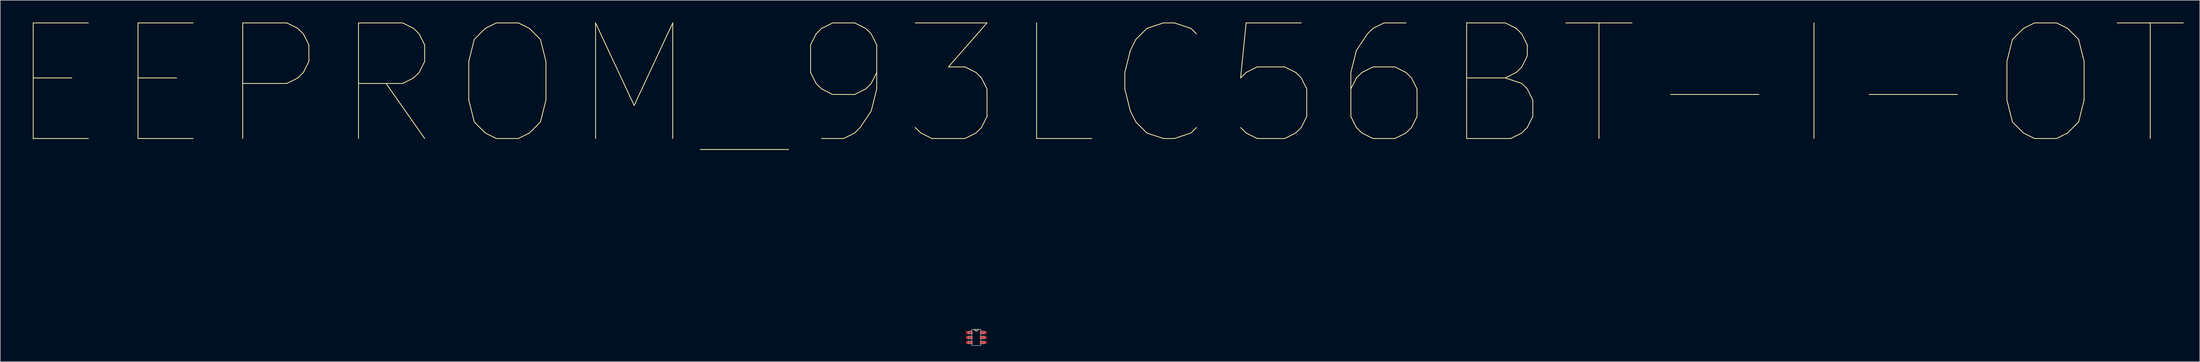
<source format=kicad_pcb>
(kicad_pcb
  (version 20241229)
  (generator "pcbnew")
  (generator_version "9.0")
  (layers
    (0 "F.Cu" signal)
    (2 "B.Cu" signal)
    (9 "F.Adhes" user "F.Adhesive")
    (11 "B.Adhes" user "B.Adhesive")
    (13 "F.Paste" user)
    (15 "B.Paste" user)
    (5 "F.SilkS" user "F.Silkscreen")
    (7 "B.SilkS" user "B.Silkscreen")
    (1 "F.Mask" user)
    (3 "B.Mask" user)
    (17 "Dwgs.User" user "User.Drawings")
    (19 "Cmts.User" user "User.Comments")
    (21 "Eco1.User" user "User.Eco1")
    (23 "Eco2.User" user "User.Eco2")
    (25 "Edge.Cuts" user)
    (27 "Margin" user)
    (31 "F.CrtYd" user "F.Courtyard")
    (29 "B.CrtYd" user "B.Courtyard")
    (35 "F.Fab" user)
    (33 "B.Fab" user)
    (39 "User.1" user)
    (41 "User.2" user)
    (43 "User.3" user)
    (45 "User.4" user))
  (footprint "EEPROM_93LC56BT-I-OT"
    (layer "F.Cu")
    (at 182.188 61.085)
    (property "Reference" "EEPROM_93LC56BT-I-OT" (at 23.477 -47.971 0) (layer "F.SilkS") (effects (font (size 21.967 21.967) (thickness 0.15))))
    (attr through_hole)
    (fp_line (start -0.305 -1.524) (end -0.533 -1.524) (stroke (width 0.152) (type solid)) (layer "F.SilkS"))
    (fp_line (start 0.305 -1.524) (end -0.305 -1.524) (stroke (width 0.152) (type solid)) (layer "F.SilkS"))
    (fp_line (start 0.533 -1.524) (end 0.305 -1.524) (stroke (width 0.152) (type solid)) (layer "F.SilkS"))
    (fp_arc (start 0.3048 -1.524) (mid 0 -1.2192) (end -0.3048 -1.524) (stroke (width 0.1524) (type solid)) (layer "F.SilkS"))
    (fp_line (start -1.499 -1.194) (end -1.499 -0.711) (stroke (width 0.1) (type solid)) (layer "F.Fab"))
    (fp_line (start -1.499 -0.711) (end -0.864 -0.711) (stroke (width 0.1) (type solid)) (layer "F.Fab"))
    (fp_line (start -1.499 -0.254) (end -1.499 0.254) (stroke (width 0.1) (type solid)) (layer "F.Fab"))
    (fp_line (start -1.499 0.254) (end -0.864 0.254) (stroke (width 0.1) (type solid)) (layer "F.Fab"))
    (fp_line (start -1.499 0.711) (end -1.499 1.194) (stroke (width 0.1) (type solid)) (layer "F.Fab"))
    (fp_line (start -1.499 1.194) (end -0.864 1.194) (stroke (width 0.1) (type solid)) (layer "F.Fab"))
    (fp_line (start -0.864 -1.524) (end -0.864 -1.194) (stroke (width 0.1) (type solid)) (layer "F.Fab"))
    (fp_line (start -0.864 -1.194) (end -1.499 -1.194) (stroke (width 0.1) (type solid)) (layer "F.Fab"))
    (fp_line (start -0.864 -1.194) (end -0.864 -0.711) (stroke (width 0.1) (type solid)) (layer "F.Fab"))
    (fp_line (start -0.864 -0.711) (end -0.864 -0.254) (stroke (width 0.1) (type solid)) (layer "F.Fab"))
    (fp_line (start -0.864 -0.254) (end -1.499 -0.254) (stroke (width 0.1) (type solid)) (layer "F.Fab"))
    (fp_line (start -0.864 -0.254) (end -0.864 0.254) (stroke (width 0.1) (type solid)) (layer "F.Fab"))
    (fp_line (start -0.864 0.254) (end -0.864 0.711) (stroke (width 0.1) (type solid)) (layer "F.Fab"))
    (fp_line (start -0.864 0.711) (end -1.499 0.711) (stroke (width 0.1) (type solid)) (layer "F.Fab"))
    (fp_line (start -0.864 1.194) (end -0.864 0.711) (stroke (width 0.1) (type solid)) (layer "F.Fab"))
    (fp_line (start -0.864 1.524) (end -0.864 1.194) (stroke (width 0.1) (type solid)) (layer "F.Fab"))
    (fp_line (start -0.864 1.524) (end 0.864 1.524) (stroke (width 0.1) (type solid)) (layer "F.Fab"))
    (fp_line (start -0.305 -1.524) (end -0.864 -1.524) (stroke (width 0.1) (type solid)) (layer "F.Fab"))
    (fp_line (start 0.305 -1.524) (end -0.305 -1.524) (stroke (width 0.1) (type solid)) (layer "F.Fab"))
    (fp_line (start 0.864 -1.524) (end 0.305 -1.524) (stroke (width 0.1) (type solid)) (layer "F.Fab"))
    (fp_line (start 0.864 -1.524) (end 0.864 -1.194) (stroke (width 0.1) (type solid)) (layer "F.Fab"))
    (fp_line (start 0.864 -1.194) (end 0.864 -0.711) (stroke (width 0.1) (type solid)) (layer "F.Fab"))
    (fp_line (start 0.864 -0.711) (end 1.499 -0.711) (stroke (width 0.1) (type solid)) (layer "F.Fab"))
    (fp_line (start 0.864 -0.254) (end 0.864 -0.711) (stroke (width 0.1) (type solid)) (layer "F.Fab"))
    (fp_line (start 0.864 0.254) (end 0.864 -0.254) (stroke (width 0.1) (type solid)) (layer "F.Fab"))
    (fp_line (start 0.864 0.254) (end 1.499 0.254) (stroke (width 0.1) (type solid)) (layer "F.Fab"))
    (fp_line (start 0.864 0.711) (end 0.864 0.254) (stroke (width 0.1) (type solid)) (layer "F.Fab"))
    (fp_line (start 0.864 1.194) (end 0.864 0.711) (stroke (width 0.1) (type solid)) (layer "F.Fab"))
    (fp_line (start 0.864 1.194) (end 1.499 1.194) (stroke (width 0.1) (type solid)) (layer "F.Fab"))
    (fp_line (start 0.864 1.524) (end 0.864 1.194) (stroke (width 0.1) (type solid)) (layer "F.Fab"))
    (fp_line (start 1.499 -1.194) (end 0.864 -1.194) (stroke (width 0.1) (type solid)) (layer "F.Fab"))
    (fp_line (start 1.499 -0.711) (end 1.499 -1.194) (stroke (width 0.1) (type solid)) (layer "F.Fab"))
    (fp_line (start 1.499 -0.254) (end 0.864 -0.254) (stroke (width 0.1) (type solid)) (layer "F.Fab"))
    (fp_line (start 1.499 0.254) (end 1.499 -0.254) (stroke (width 0.1) (type solid)) (layer "F.Fab"))
    (fp_line (start 1.499 0.711) (end 0.864 0.711) (stroke (width 0.1) (type solid)) (layer "F.Fab"))
    (fp_line (start 1.499 1.194) (end 1.499 0.711) (stroke (width 0.1) (type solid)) (layer "F.Fab"))
    (fp_arc (start 0.3048 -1.524) (mid 0 -1.2192) (end -0.3048 -1.524) (stroke (width 0.1) (type solid)) (layer "F.Fab"))
    (pad "1" smd rect (at -1.295 -0.94) (size 1.27 0.559) (layers "F.Cu" "F.Mask" "F.Paste"))
    (pad "2" smd rect (at -1.295 0) (size 1.27 0.559) (layers "F.Cu" "F.Mask" "F.Paste"))
    (pad "3" smd rect (at -1.295 0.94) (size 1.27 0.559) (layers "F.Cu" "F.Mask" "F.Paste"))
    (pad "4" smd rect (at 1.295 0.94) (size 1.27 0.559) (layers "F.Cu" "F.Mask" "F.Paste"))
    (pad "5" smd rect (at 1.295 0) (size 1.27 0.559) (layers "F.Cu" "F.Mask" "F.Paste"))
    (pad "6" smd rect (at 1.295 -0.94) (size 1.27 0.559) (layers "F.Cu" "F.Mask" "F.Paste")))
  (gr_rect
    (start -3 -3)
    (end 414.329 65.659)
    (stroke (width 0.1) (type default))
    (fill no)
    (layer "Edge.Cuts")))
</source>
